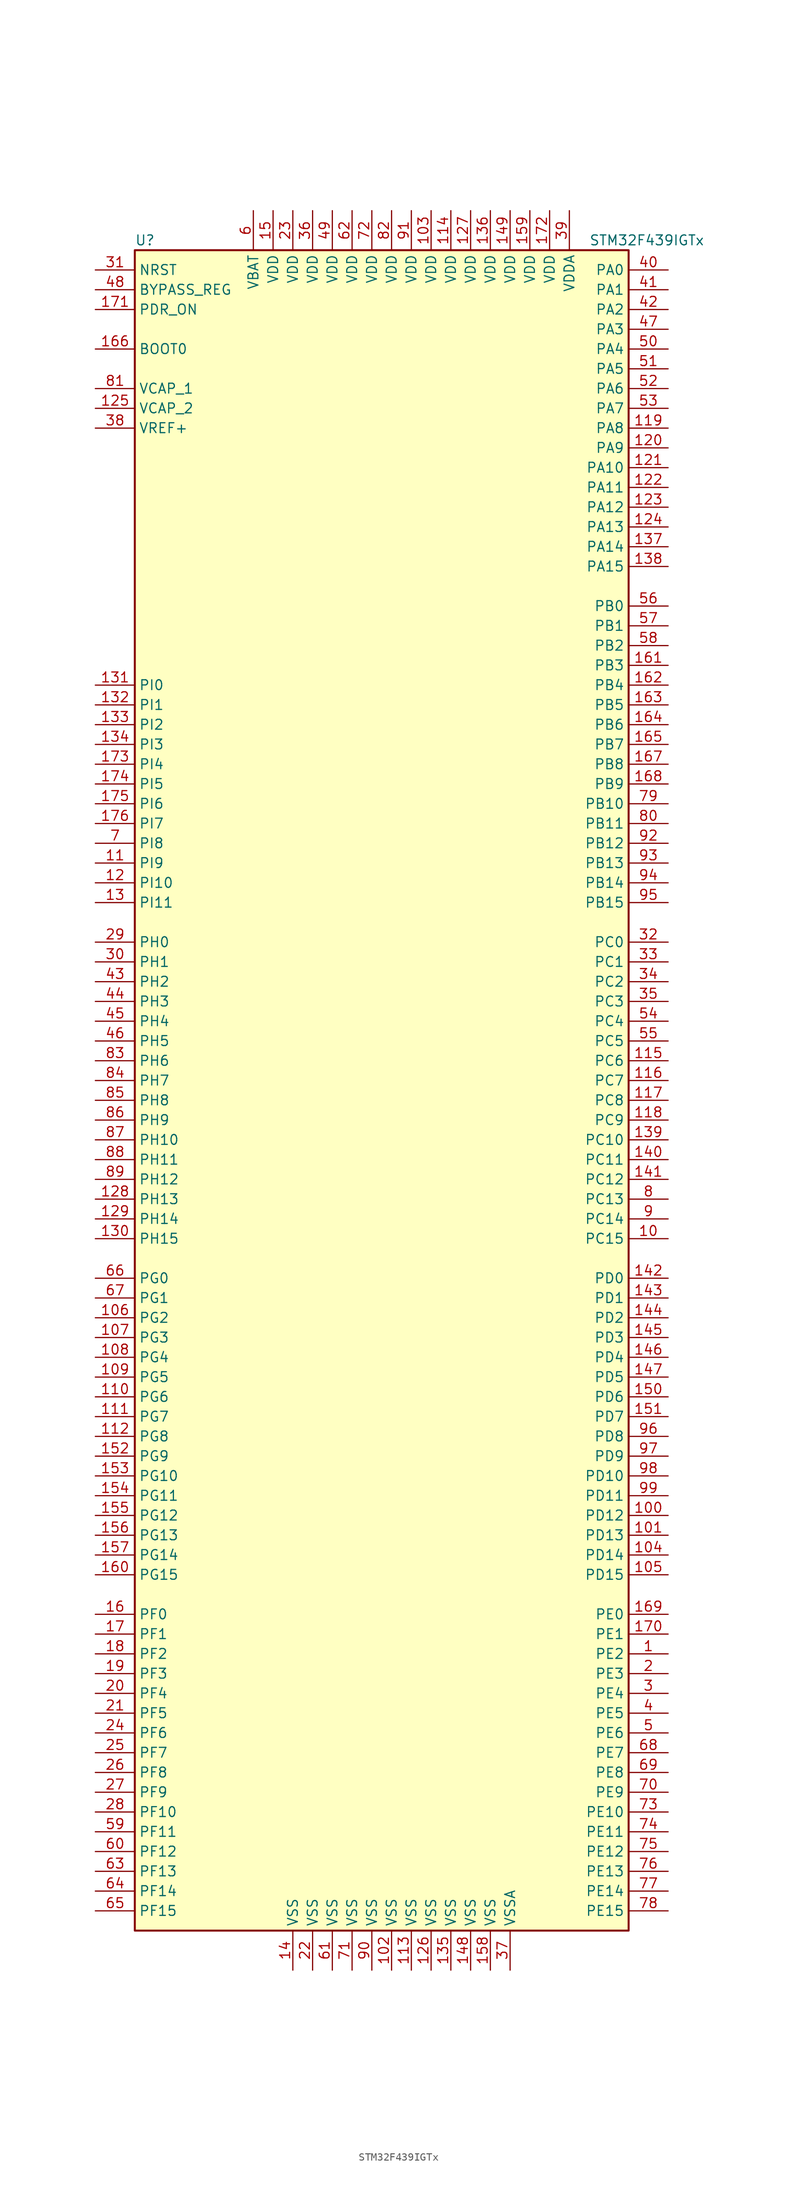
<source format=kicad_sym>
(kicad_symbol_lib
  (version 20211014)
  (generator kicad_symbol_editor)
  (symbol "STM32F439IGTx"
    (property "Reference" "U"
      (at -33.02 107.95 0)
      (effects (font (size 1.27 1.27)) (justify left)))
    (property "Value" "STM32F439IGTx"
      (at 25.4 107.95 0)
      (effects (font (size 1.27 1.27)) (justify left)))
    (symbol "STM32F439IGTx_0_1"
      (rectangle (start -33.02 -109.22) (end 30.48 106.68) (stroke (width 0.254) (type default) (color 0 0 0 0)) (fill (type background))))
    (symbol "STM32F439IGTx_1_1"
      (pin bidirectional line (at 35.56 -73.66 180) (length 5.08) (name "PE2" (effects (font (size 1.27 1.27)))) (number "1" (effects (font (size 1.27 1.27)))))
      (pin bidirectional line (at 35.56 -20.32 180) (length 5.08) (name "PC15" (effects (font (size 1.27 1.27)))) (number "10" (effects (font (size 1.27 1.27)))))
      (pin bidirectional line (at 35.56 -55.88 180) (length 5.08) (name "PD12" (effects (font (size 1.27 1.27)))) (number "100" (effects (font (size 1.27 1.27)))))
      (pin bidirectional line (at 35.56 -58.42 180) (length 5.08) (name "PD13" (effects (font (size 1.27 1.27)))) (number "101" (effects (font (size 1.27 1.27)))))
      (pin power_in line (at 0 -114.3 90) (length 5.08) (name "VSS" (effects (font (size 1.27 1.27)))) (number "102" (effects (font (size 1.27 1.27)))))
      (pin power_in line (at 5.08 111.76 270) (length 5.08) (name "VDD" (effects (font (size 1.27 1.27)))) (number "103" (effects (font (size 1.27 1.27)))))
      (pin bidirectional line (at 35.56 -60.96 180) (length 5.08) (name "PD14" (effects (font (size 1.27 1.27)))) (number "104" (effects (font (size 1.27 1.27)))))
      (pin bidirectional line (at 35.56 -63.5 180) (length 5.08) (name "PD15" (effects (font (size 1.27 1.27)))) (number "105" (effects (font (size 1.27 1.27)))))
      (pin bidirectional line (at -38.1 -30.48 0) (length 5.08) (name "PG2" (effects (font (size 1.27 1.27)))) (number "106" (effects (font (size 1.27 1.27)))))
      (pin bidirectional line (at -38.1 -33.02 0) (length 5.08) (name "PG3" (effects (font (size 1.27 1.27)))) (number "107" (effects (font (size 1.27 1.27)))))
      (pin bidirectional line (at -38.1 -35.56 0) (length 5.08) (name "PG4" (effects (font (size 1.27 1.27)))) (number "108" (effects (font (size 1.27 1.27)))))
      (pin bidirectional line (at -38.1 -38.1 0) (length 5.08) (name "PG5" (effects (font (size 1.27 1.27)))) (number "109" (effects (font (size 1.27 1.27)))))
      (pin bidirectional line (at -38.1 27.94 0) (length 5.08) (name "PI9" (effects (font (size 1.27 1.27)))) (number "11" (effects (font (size 1.27 1.27)))))
      (pin bidirectional line (at -38.1 -40.64 0) (length 5.08) (name "PG6" (effects (font (size 1.27 1.27)))) (number "110" (effects (font (size 1.27 1.27)))))
      (pin bidirectional line (at -38.1 -43.18 0) (length 5.08) (name "PG7" (effects (font (size 1.27 1.27)))) (number "111" (effects (font (size 1.27 1.27)))))
      (pin bidirectional line (at -38.1 -45.72 0) (length 5.08) (name "PG8" (effects (font (size 1.27 1.27)))) (number "112" (effects (font (size 1.27 1.27)))))
      (pin power_in line (at 2.54 -114.3 90) (length 5.08) (name "VSS" (effects (font (size 1.27 1.27)))) (number "113" (effects (font (size 1.27 1.27)))))
      (pin power_in line (at 7.62 111.76 270) (length 5.08) (name "VDD" (effects (font (size 1.27 1.27)))) (number "114" (effects (font (size 1.27 1.27)))))
      (pin bidirectional line (at 35.56 2.54 180) (length 5.08) (name "PC6" (effects (font (size 1.27 1.27)))) (number "115" (effects (font (size 1.27 1.27)))))
      (pin bidirectional line (at 35.56 0 180) (length 5.08) (name "PC7" (effects (font (size 1.27 1.27)))) (number "116" (effects (font (size 1.27 1.27)))))
      (pin bidirectional line (at 35.56 -2.54 180) (length 5.08) (name "PC8" (effects (font (size 1.27 1.27)))) (number "117" (effects (font (size 1.27 1.27)))))
      (pin bidirectional line (at 35.56 -5.08 180) (length 5.08) (name "PC9" (effects (font (size 1.27 1.27)))) (number "118" (effects (font (size 1.27 1.27)))))
      (pin bidirectional line (at 35.56 83.82 180) (length 5.08) (name "PA8" (effects (font (size 1.27 1.27)))) (number "119" (effects (font (size 1.27 1.27)))))
      (pin bidirectional line (at -38.1 25.4 0) (length 5.08) (name "PI10" (effects (font (size 1.27 1.27)))) (number "12" (effects (font (size 1.27 1.27)))))
      (pin bidirectional line (at 35.56 81.28 180) (length 5.08) (name "PA9" (effects (font (size 1.27 1.27)))) (number "120" (effects (font (size 1.27 1.27)))))
      (pin bidirectional line (at 35.56 78.74 180) (length 5.08) (name "PA10" (effects (font (size 1.27 1.27)))) (number "121" (effects (font (size 1.27 1.27)))))
      (pin bidirectional line (at 35.56 76.2 180) (length 5.08) (name "PA11" (effects (font (size 1.27 1.27)))) (number "122" (effects (font (size 1.27 1.27)))))
      (pin bidirectional line (at 35.56 73.66 180) (length 5.08) (name "PA12" (effects (font (size 1.27 1.27)))) (number "123" (effects (font (size 1.27 1.27)))))
      (pin bidirectional line (at 35.56 71.12 180) (length 5.08) (name "PA13" (effects (font (size 1.27 1.27)))) (number "124" (effects (font (size 1.27 1.27)))))
      (pin power_in line (at -38.1 86.36 0) (length 5.08) (name "VCAP_2" (effects (font (size 1.27 1.27)))) (number "125" (effects (font (size 1.27 1.27)))))
      (pin power_in line (at 5.08 -114.3 90) (length 5.08) (name "VSS" (effects (font (size 1.27 1.27)))) (number "126" (effects (font (size 1.27 1.27)))))
      (pin power_in line (at 10.16 111.76 270) (length 5.08) (name "VDD" (effects (font (size 1.27 1.27)))) (number "127" (effects (font (size 1.27 1.27)))))
      (pin bidirectional line (at -38.1 -15.24 0) (length 5.08) (name "PH13" (effects (font (size 1.27 1.27)))) (number "128" (effects (font (size 1.27 1.27)))))
      (pin bidirectional line (at -38.1 -17.78 0) (length 5.08) (name "PH14" (effects (font (size 1.27 1.27)))) (number "129" (effects (font (size 1.27 1.27)))))
      (pin bidirectional line (at -38.1 22.86 0) (length 5.08) (name "PI11" (effects (font (size 1.27 1.27)))) (number "13" (effects (font (size 1.27 1.27)))))
      (pin bidirectional line (at -38.1 -20.32 0) (length 5.08) (name "PH15" (effects (font (size 1.27 1.27)))) (number "130" (effects (font (size 1.27 1.27)))))
      (pin bidirectional line (at -38.1 50.8 0) (length 5.08) (name "PI0" (effects (font (size 1.27 1.27)))) (number "131" (effects (font (size 1.27 1.27)))))
      (pin bidirectional line (at -38.1 48.26 0) (length 5.08) (name "PI1" (effects (font (size 1.27 1.27)))) (number "132" (effects (font (size 1.27 1.27)))))
      (pin bidirectional line (at -38.1 45.72 0) (length 5.08) (name "PI2" (effects (font (size 1.27 1.27)))) (number "133" (effects (font (size 1.27 1.27)))))
      (pin bidirectional line (at -38.1 43.18 0) (length 5.08) (name "PI3" (effects (font (size 1.27 1.27)))) (number "134" (effects (font (size 1.27 1.27)))))
      (pin power_in line (at 7.62 -114.3 90) (length 5.08) (name "VSS" (effects (font (size 1.27 1.27)))) (number "135" (effects (font (size 1.27 1.27)))))
      (pin power_in line (at 12.7 111.76 270) (length 5.08) (name "VDD" (effects (font (size 1.27 1.27)))) (number "136" (effects (font (size 1.27 1.27)))))
      (pin bidirectional line (at 35.56 68.58 180) (length 5.08) (name "PA14" (effects (font (size 1.27 1.27)))) (number "137" (effects (font (size 1.27 1.27)))))
      (pin bidirectional line (at 35.56 66.04 180) (length 5.08) (name "PA15" (effects (font (size 1.27 1.27)))) (number "138" (effects (font (size 1.27 1.27)))))
      (pin bidirectional line (at 35.56 -7.62 180) (length 5.08) (name "PC10" (effects (font (size 1.27 1.27)))) (number "139" (effects (font (size 1.27 1.27)))))
      (pin power_in line (at -12.7 -114.3 90) (length 5.08) (name "VSS" (effects (font (size 1.27 1.27)))) (number "14" (effects (font (size 1.27 1.27)))))
      (pin bidirectional line (at 35.56 -10.16 180) (length 5.08) (name "PC11" (effects (font (size 1.27 1.27)))) (number "140" (effects (font (size 1.27 1.27)))))
      (pin bidirectional line (at 35.56 -12.7 180) (length 5.08) (name "PC12" (effects (font (size 1.27 1.27)))) (number "141" (effects (font (size 1.27 1.27)))))
      (pin bidirectional line (at 35.56 -25.4 180) (length 5.08) (name "PD0" (effects (font (size 1.27 1.27)))) (number "142" (effects (font (size 1.27 1.27)))))
      (pin bidirectional line (at 35.56 -27.94 180) (length 5.08) (name "PD1" (effects (font (size 1.27 1.27)))) (number "143" (effects (font (size 1.27 1.27)))))
      (pin bidirectional line (at 35.56 -30.48 180) (length 5.08) (name "PD2" (effects (font (size 1.27 1.27)))) (number "144" (effects (font (size 1.27 1.27)))))
      (pin bidirectional line (at 35.56 -33.02 180) (length 5.08) (name "PD3" (effects (font (size 1.27 1.27)))) (number "145" (effects (font (size 1.27 1.27)))))
      (pin bidirectional line (at 35.56 -35.56 180) (length 5.08) (name "PD4" (effects (font (size 1.27 1.27)))) (number "146" (effects (font (size 1.27 1.27)))))
      (pin bidirectional line (at 35.56 -38.1 180) (length 5.08) (name "PD5" (effects (font (size 1.27 1.27)))) (number "147" (effects (font (size 1.27 1.27)))))
      (pin power_in line (at 10.16 -114.3 90) (length 5.08) (name "VSS" (effects (font (size 1.27 1.27)))) (number "148" (effects (font (size 1.27 1.27)))))
      (pin power_in line (at 15.24 111.76 270) (length 5.08) (name "VDD" (effects (font (size 1.27 1.27)))) (number "149" (effects (font (size 1.27 1.27)))))
      (pin power_in line (at -15.24 111.76 270) (length 5.08) (name "VDD" (effects (font (size 1.27 1.27)))) (number "15" (effects (font (size 1.27 1.27)))))
      (pin bidirectional line (at 35.56 -40.64 180) (length 5.08) (name "PD6" (effects (font (size 1.27 1.27)))) (number "150" (effects (font (size 1.27 1.27)))))
      (pin bidirectional line (at 35.56 -43.18 180) (length 5.08) (name "PD7" (effects (font (size 1.27 1.27)))) (number "151" (effects (font (size 1.27 1.27)))))
      (pin bidirectional line (at -38.1 -48.26 0) (length 5.08) (name "PG9" (effects (font (size 1.27 1.27)))) (number "152" (effects (font (size 1.27 1.27)))))
      (pin bidirectional line (at -38.1 -50.8 0) (length 5.08) (name "PG10" (effects (font (size 1.27 1.27)))) (number "153" (effects (font (size 1.27 1.27)))))
      (pin bidirectional line (at -38.1 -53.34 0) (length 5.08) (name "PG11" (effects (font (size 1.27 1.27)))) (number "154" (effects (font (size 1.27 1.27)))))
      (pin bidirectional line (at -38.1 -55.88 0) (length 5.08) (name "PG12" (effects (font (size 1.27 1.27)))) (number "155" (effects (font (size 1.27 1.27)))))
      (pin bidirectional line (at -38.1 -58.42 0) (length 5.08) (name "PG13" (effects (font (size 1.27 1.27)))) (number "156" (effects (font (size 1.27 1.27)))))
      (pin bidirectional line (at -38.1 -60.96 0) (length 5.08) (name "PG14" (effects (font (size 1.27 1.27)))) (number "157" (effects (font (size 1.27 1.27)))))
      (pin power_in line (at 12.7 -114.3 90) (length 5.08) (name "VSS" (effects (font (size 1.27 1.27)))) (number "158" (effects (font (size 1.27 1.27)))))
      (pin power_in line (at 17.78 111.76 270) (length 5.08) (name "VDD" (effects (font (size 1.27 1.27)))) (number "159" (effects (font (size 1.27 1.27)))))
      (pin bidirectional line (at -38.1 -68.58 0) (length 5.08) (name "PF0" (effects (font (size 1.27 1.27)))) (number "16" (effects (font (size 1.27 1.27)))))
      (pin bidirectional line (at -38.1 -63.5 0) (length 5.08) (name "PG15" (effects (font (size 1.27 1.27)))) (number "160" (effects (font (size 1.27 1.27)))))
      (pin bidirectional line (at 35.56 53.34 180) (length 5.08) (name "PB3" (effects (font (size 1.27 1.27)))) (number "161" (effects (font (size 1.27 1.27)))))
      (pin bidirectional line (at 35.56 50.8 180) (length 5.08) (name "PB4" (effects (font (size 1.27 1.27)))) (number "162" (effects (font (size 1.27 1.27)))))
      (pin bidirectional line (at 35.56 48.26 180) (length 5.08) (name "PB5" (effects (font (size 1.27 1.27)))) (number "163" (effects (font (size 1.27 1.27)))))
      (pin bidirectional line (at 35.56 45.72 180) (length 5.08) (name "PB6" (effects (font (size 1.27 1.27)))) (number "164" (effects (font (size 1.27 1.27)))))
      (pin bidirectional line (at 35.56 43.18 180) (length 5.08) (name "PB7" (effects (font (size 1.27 1.27)))) (number "165" (effects (font (size 1.27 1.27)))))
      (pin input line (at -38.1 93.98 0) (length 5.08) (name "BOOT0" (effects (font (size 1.27 1.27)))) (number "166" (effects (font (size 1.27 1.27)))))
      (pin bidirectional line (at 35.56 40.64 180) (length 5.08) (name "PB8" (effects (font (size 1.27 1.27)))) (number "167" (effects (font (size 1.27 1.27)))))
      (pin bidirectional line (at 35.56 38.1 180) (length 5.08) (name "PB9" (effects (font (size 1.27 1.27)))) (number "168" (effects (font (size 1.27 1.27)))))
      (pin bidirectional line (at 35.56 -68.58 180) (length 5.08) (name "PE0" (effects (font (size 1.27 1.27)))) (number "169" (effects (font (size 1.27 1.27)))))
      (pin bidirectional line (at -38.1 -71.12 0) (length 5.08) (name "PF1" (effects (font (size 1.27 1.27)))) (number "17" (effects (font (size 1.27 1.27)))))
      (pin bidirectional line (at 35.56 -71.12 180) (length 5.08) (name "PE1" (effects (font (size 1.27 1.27)))) (number "170" (effects (font (size 1.27 1.27)))))
      (pin input line (at -38.1 99.06 0) (length 5.08) (name "PDR_ON" (effects (font (size 1.27 1.27)))) (number "171" (effects (font (size 1.27 1.27)))))
      (pin power_in line (at 20.32 111.76 270) (length 5.08) (name "VDD" (effects (font (size 1.27 1.27)))) (number "172" (effects (font (size 1.27 1.27)))))
      (pin bidirectional line (at -38.1 40.64 0) (length 5.08) (name "PI4" (effects (font (size 1.27 1.27)))) (number "173" (effects (font (size 1.27 1.27)))))
      (pin bidirectional line (at -38.1 38.1 0) (length 5.08) (name "PI5" (effects (font (size 1.27 1.27)))) (number "174" (effects (font (size 1.27 1.27)))))
      (pin bidirectional line (at -38.1 35.56 0) (length 5.08) (name "PI6" (effects (font (size 1.27 1.27)))) (number "175" (effects (font (size 1.27 1.27)))))
      (pin bidirectional line (at -38.1 33.02 0) (length 5.08) (name "PI7" (effects (font (size 1.27 1.27)))) (number "176" (effects (font (size 1.27 1.27)))))
      (pin bidirectional line (at -38.1 -73.66 0) (length 5.08) (name "PF2" (effects (font (size 1.27 1.27)))) (number "18" (effects (font (size 1.27 1.27)))))
      (pin bidirectional line (at -38.1 -76.2 0) (length 5.08) (name "PF3" (effects (font (size 1.27 1.27)))) (number "19" (effects (font (size 1.27 1.27)))))
      (pin bidirectional line (at 35.56 -76.2 180) (length 5.08) (name "PE3" (effects (font (size 1.27 1.27)))) (number "2" (effects (font (size 1.27 1.27)))))
      (pin bidirectional line (at -38.1 -78.74 0) (length 5.08) (name "PF4" (effects (font (size 1.27 1.27)))) (number "20" (effects (font (size 1.27 1.27)))))
      (pin bidirectional line (at -38.1 -81.28 0) (length 5.08) (name "PF5" (effects (font (size 1.27 1.27)))) (number "21" (effects (font (size 1.27 1.27)))))
      (pin power_in line (at -10.16 -114.3 90) (length 5.08) (name "VSS" (effects (font (size 1.27 1.27)))) (number "22" (effects (font (size 1.27 1.27)))))
      (pin power_in line (at -12.7 111.76 270) (length 5.08) (name "VDD" (effects (font (size 1.27 1.27)))) (number "23" (effects (font (size 1.27 1.27)))))
      (pin bidirectional line (at -38.1 -83.82 0) (length 5.08) (name "PF6" (effects (font (size 1.27 1.27)))) (number "24" (effects (font (size 1.27 1.27)))))
      (pin bidirectional line (at -38.1 -86.36 0) (length 5.08) (name "PF7" (effects (font (size 1.27 1.27)))) (number "25" (effects (font (size 1.27 1.27)))))
      (pin bidirectional line (at -38.1 -88.9 0) (length 5.08) (name "PF8" (effects (font (size 1.27 1.27)))) (number "26" (effects (font (size 1.27 1.27)))))
      (pin bidirectional line (at -38.1 -91.44 0) (length 5.08) (name "PF9" (effects (font (size 1.27 1.27)))) (number "27" (effects (font (size 1.27 1.27)))))
      (pin bidirectional line (at -38.1 -93.98 0) (length 5.08) (name "PF10" (effects (font (size 1.27 1.27)))) (number "28" (effects (font (size 1.27 1.27)))))
      (pin input line (at -38.1 17.78 0) (length 5.08) (name "PH0" (effects (font (size 1.27 1.27)))) (number "29" (effects (font (size 1.27 1.27)))))
      (pin bidirectional line (at 35.56 -78.74 180) (length 5.08) (name "PE4" (effects (font (size 1.27 1.27)))) (number "3" (effects (font (size 1.27 1.27)))))
      (pin input line (at -38.1 15.24 0) (length 5.08) (name "PH1" (effects (font (size 1.27 1.27)))) (number "30" (effects (font (size 1.27 1.27)))))
      (pin input line (at -38.1 104.14 0) (length 5.08) (name "NRST" (effects (font (size 1.27 1.27)))) (number "31" (effects (font (size 1.27 1.27)))))
      (pin bidirectional line (at 35.56 17.78 180) (length 5.08) (name "PC0" (effects (font (size 1.27 1.27)))) (number "32" (effects (font (size 1.27 1.27)))))
      (pin bidirectional line (at 35.56 15.24 180) (length 5.08) (name "PC1" (effects (font (size 1.27 1.27)))) (number "33" (effects (font (size 1.27 1.27)))))
      (pin bidirectional line (at 35.56 12.7 180) (length 5.08) (name "PC2" (effects (font (size 1.27 1.27)))) (number "34" (effects (font (size 1.27 1.27)))))
      (pin bidirectional line (at 35.56 10.16 180) (length 5.08) (name "PC3" (effects (font (size 1.27 1.27)))) (number "35" (effects (font (size 1.27 1.27)))))
      (pin power_in line (at -10.16 111.76 270) (length 5.08) (name "VDD" (effects (font (size 1.27 1.27)))) (number "36" (effects (font (size 1.27 1.27)))))
      (pin power_in line (at 15.24 -114.3 90) (length 5.08) (name "VSSA" (effects (font (size 1.27 1.27)))) (number "37" (effects (font (size 1.27 1.27)))))
      (pin power_in line (at -38.1 83.82 0) (length 5.08) (name "VREF+" (effects (font (size 1.27 1.27)))) (number "38" (effects (font (size 1.27 1.27)))))
      (pin power_in line (at 22.86 111.76 270) (length 5.08) (name "VDDA" (effects (font (size 1.27 1.27)))) (number "39" (effects (font (size 1.27 1.27)))))
      (pin bidirectional line (at 35.56 -81.28 180) (length 5.08) (name "PE5" (effects (font (size 1.27 1.27)))) (number "4" (effects (font (size 1.27 1.27)))))
      (pin bidirectional line (at 35.56 104.14 180) (length 5.08) (name "PA0" (effects (font (size 1.27 1.27)))) (number "40" (effects (font (size 1.27 1.27)))))
      (pin bidirectional line (at 35.56 101.6 180) (length 5.08) (name "PA1" (effects (font (size 1.27 1.27)))) (number "41" (effects (font (size 1.27 1.27)))))
      (pin bidirectional line (at 35.56 99.06 180) (length 5.08) (name "PA2" (effects (font (size 1.27 1.27)))) (number "42" (effects (font (size 1.27 1.27)))))
      (pin bidirectional line (at -38.1 12.7 0) (length 5.08) (name "PH2" (effects (font (size 1.27 1.27)))) (number "43" (effects (font (size 1.27 1.27)))))
      (pin bidirectional line (at -38.1 10.16 0) (length 5.08) (name "PH3" (effects (font (size 1.27 1.27)))) (number "44" (effects (font (size 1.27 1.27)))))
      (pin bidirectional line (at -38.1 7.62 0) (length 5.08) (name "PH4" (effects (font (size 1.27 1.27)))) (number "45" (effects (font (size 1.27 1.27)))))
      (pin bidirectional line (at -38.1 5.08 0) (length 5.08) (name "PH5" (effects (font (size 1.27 1.27)))) (number "46" (effects (font (size 1.27 1.27)))))
      (pin bidirectional line (at 35.56 96.52 180) (length 5.08) (name "PA3" (effects (font (size 1.27 1.27)))) (number "47" (effects (font (size 1.27 1.27)))))
      (pin input line (at -38.1 101.6 0) (length 5.08) (name "BYPASS_REG" (effects (font (size 1.27 1.27)))) (number "48" (effects (font (size 1.27 1.27)))))
      (pin power_in line (at -7.62 111.76 270) (length 5.08) (name "VDD" (effects (font (size 1.27 1.27)))) (number "49" (effects (font (size 1.27 1.27)))))
      (pin bidirectional line (at 35.56 -83.82 180) (length 5.08) (name "PE6" (effects (font (size 1.27 1.27)))) (number "5" (effects (font (size 1.27 1.27)))))
      (pin bidirectional line (at 35.56 93.98 180) (length 5.08) (name "PA4" (effects (font (size 1.27 1.27)))) (number "50" (effects (font (size 1.27 1.27)))))
      (pin bidirectional line (at 35.56 91.44 180) (length 5.08) (name "PA5" (effects (font (size 1.27 1.27)))) (number "51" (effects (font (size 1.27 1.27)))))
      (pin bidirectional line (at 35.56 88.9 180) (length 5.08) (name "PA6" (effects (font (size 1.27 1.27)))) (number "52" (effects (font (size 1.27 1.27)))))
      (pin bidirectional line (at 35.56 86.36 180) (length 5.08) (name "PA7" (effects (font (size 1.27 1.27)))) (number "53" (effects (font (size 1.27 1.27)))))
      (pin bidirectional line (at 35.56 7.62 180) (length 5.08) (name "PC4" (effects (font (size 1.27 1.27)))) (number "54" (effects (font (size 1.27 1.27)))))
      (pin bidirectional line (at 35.56 5.08 180) (length 5.08) (name "PC5" (effects (font (size 1.27 1.27)))) (number "55" (effects (font (size 1.27 1.27)))))
      (pin bidirectional line (at 35.56 60.96 180) (length 5.08) (name "PB0" (effects (font (size 1.27 1.27)))) (number "56" (effects (font (size 1.27 1.27)))))
      (pin bidirectional line (at 35.56 58.42 180) (length 5.08) (name "PB1" (effects (font (size 1.27 1.27)))) (number "57" (effects (font (size 1.27 1.27)))))
      (pin bidirectional line (at 35.56 55.88 180) (length 5.08) (name "PB2" (effects (font (size 1.27 1.27)))) (number "58" (effects (font (size 1.27 1.27)))))
      (pin bidirectional line (at -38.1 -96.52 0) (length 5.08) (name "PF11" (effects (font (size 1.27 1.27)))) (number "59" (effects (font (size 1.27 1.27)))))
      (pin power_in line (at -17.78 111.76 270) (length 5.08) (name "VBAT" (effects (font (size 1.27 1.27)))) (number "6" (effects (font (size 1.27 1.27)))))
      (pin bidirectional line (at -38.1 -99.06 0) (length 5.08) (name "PF12" (effects (font (size 1.27 1.27)))) (number "60" (effects (font (size 1.27 1.27)))))
      (pin power_in line (at -7.62 -114.3 90) (length 5.08) (name "VSS" (effects (font (size 1.27 1.27)))) (number "61" (effects (font (size 1.27 1.27)))))
      (pin power_in line (at -5.08 111.76 270) (length 5.08) (name "VDD" (effects (font (size 1.27 1.27)))) (number "62" (effects (font (size 1.27 1.27)))))
      (pin bidirectional line (at -38.1 -101.6 0) (length 5.08) (name "PF13" (effects (font (size 1.27 1.27)))) (number "63" (effects (font (size 1.27 1.27)))))
      (pin bidirectional line (at -38.1 -104.14 0) (length 5.08) (name "PF14" (effects (font (size 1.27 1.27)))) (number "64" (effects (font (size 1.27 1.27)))))
      (pin bidirectional line (at -38.1 -106.68 0) (length 5.08) (name "PF15" (effects (font (size 1.27 1.27)))) (number "65" (effects (font (size 1.27 1.27)))))
      (pin bidirectional line (at -38.1 -25.4 0) (length 5.08) (name "PG0" (effects (font (size 1.27 1.27)))) (number "66" (effects (font (size 1.27 1.27)))))
      (pin bidirectional line (at -38.1 -27.94 0) (length 5.08) (name "PG1" (effects (font (size 1.27 1.27)))) (number "67" (effects (font (size 1.27 1.27)))))
      (pin bidirectional line (at 35.56 -86.36 180) (length 5.08) (name "PE7" (effects (font (size 1.27 1.27)))) (number "68" (effects (font (size 1.27 1.27)))))
      (pin bidirectional line (at 35.56 -88.9 180) (length 5.08) (name "PE8" (effects (font (size 1.27 1.27)))) (number "69" (effects (font (size 1.27 1.27)))))
      (pin bidirectional line (at -38.1 30.48 0) (length 5.08) (name "PI8" (effects (font (size 1.27 1.27)))) (number "7" (effects (font (size 1.27 1.27)))))
      (pin bidirectional line (at 35.56 -91.44 180) (length 5.08) (name "PE9" (effects (font (size 1.27 1.27)))) (number "70" (effects (font (size 1.27 1.27)))))
      (pin power_in line (at -5.08 -114.3 90) (length 5.08) (name "VSS" (effects (font (size 1.27 1.27)))) (number "71" (effects (font (size 1.27 1.27)))))
      (pin power_in line (at -2.54 111.76 270) (length 5.08) (name "VDD" (effects (font (size 1.27 1.27)))) (number "72" (effects (font (size 1.27 1.27)))))
      (pin bidirectional line (at 35.56 -93.98 180) (length 5.08) (name "PE10" (effects (font (size 1.27 1.27)))) (number "73" (effects (font (size 1.27 1.27)))))
      (pin bidirectional line (at 35.56 -96.52 180) (length 5.08) (name "PE11" (effects (font (size 1.27 1.27)))) (number "74" (effects (font (size 1.27 1.27)))))
      (pin bidirectional line (at 35.56 -99.06 180) (length 5.08) (name "PE12" (effects (font (size 1.27 1.27)))) (number "75" (effects (font (size 1.27 1.27)))))
      (pin bidirectional line (at 35.56 -101.6 180) (length 5.08) (name "PE13" (effects (font (size 1.27 1.27)))) (number "76" (effects (font (size 1.27 1.27)))))
      (pin bidirectional line (at 35.56 -104.14 180) (length 5.08) (name "PE14" (effects (font (size 1.27 1.27)))) (number "77" (effects (font (size 1.27 1.27)))))
      (pin bidirectional line (at 35.56 -106.68 180) (length 5.08) (name "PE15" (effects (font (size 1.27 1.27)))) (number "78" (effects (font (size 1.27 1.27)))))
      (pin bidirectional line (at 35.56 35.56 180) (length 5.08) (name "PB10" (effects (font (size 1.27 1.27)))) (number "79" (effects (font (size 1.27 1.27)))))
      (pin bidirectional line (at 35.56 -15.24 180) (length 5.08) (name "PC13" (effects (font (size 1.27 1.27)))) (number "8" (effects (font (size 1.27 1.27)))))
      (pin bidirectional line (at 35.56 33.02 180) (length 5.08) (name "PB11" (effects (font (size 1.27 1.27)))) (number "80" (effects (font (size 1.27 1.27)))))
      (pin power_in line (at -38.1 88.9 0) (length 5.08) (name "VCAP_1" (effects (font (size 1.27 1.27)))) (number "81" (effects (font (size 1.27 1.27)))))
      (pin power_in line (at 0 111.76 270) (length 5.08) (name "VDD" (effects (font (size 1.27 1.27)))) (number "82" (effects (font (size 1.27 1.27)))))
      (pin bidirectional line (at -38.1 2.54 0) (length 5.08) (name "PH6" (effects (font (size 1.27 1.27)))) (number "83" (effects (font (size 1.27 1.27)))))
      (pin bidirectional line (at -38.1 0 0) (length 5.08) (name "PH7" (effects (font (size 1.27 1.27)))) (number "84" (effects (font (size 1.27 1.27)))))
      (pin bidirectional line (at -38.1 -2.54 0) (length 5.08) (name "PH8" (effects (font (size 1.27 1.27)))) (number "85" (effects (font (size 1.27 1.27)))))
      (pin bidirectional line (at -38.1 -5.08 0) (length 5.08) (name "PH9" (effects (font (size 1.27 1.27)))) (number "86" (effects (font (size 1.27 1.27)))))
      (pin bidirectional line (at -38.1 -7.62 0) (length 5.08) (name "PH10" (effects (font (size 1.27 1.27)))) (number "87" (effects (font (size 1.27 1.27)))))
      (pin bidirectional line (at -38.1 -10.16 0) (length 5.08) (name "PH11" (effects (font (size 1.27 1.27)))) (number "88" (effects (font (size 1.27 1.27)))))
      (pin bidirectional line (at -38.1 -12.7 0) (length 5.08) (name "PH12" (effects (font (size 1.27 1.27)))) (number "89" (effects (font (size 1.27 1.27)))))
      (pin bidirectional line (at 35.56 -17.78 180) (length 5.08) (name "PC14" (effects (font (size 1.27 1.27)))) (number "9" (effects (font (size 1.27 1.27)))))
      (pin power_in line (at -2.54 -114.3 90) (length 5.08) (name "VSS" (effects (font (size 1.27 1.27)))) (number "90" (effects (font (size 1.27 1.27)))))
      (pin power_in line (at 2.54 111.76 270) (length 5.08) (name "VDD" (effects (font (size 1.27 1.27)))) (number "91" (effects (font (size 1.27 1.27)))))
      (pin bidirectional line (at 35.56 30.48 180) (length 5.08) (name "PB12" (effects (font (size 1.27 1.27)))) (number "92" (effects (font (size 1.27 1.27)))))
      (pin bidirectional line (at 35.56 27.94 180) (length 5.08) (name "PB13" (effects (font (size 1.27 1.27)))) (number "93" (effects (font (size 1.27 1.27)))))
      (pin bidirectional line (at 35.56 25.4 180) (length 5.08) (name "PB14" (effects (font (size 1.27 1.27)))) (number "94" (effects (font (size 1.27 1.27)))))
      (pin bidirectional line (at 35.56 22.86 180) (length 5.08) (name "PB15" (effects (font (size 1.27 1.27)))) (number "95" (effects (font (size 1.27 1.27)))))
      (pin bidirectional line (at 35.56 -45.72 180) (length 5.08) (name "PD8" (effects (font (size 1.27 1.27)))) (number "96" (effects (font (size 1.27 1.27)))))
      (pin bidirectional line (at 35.56 -48.26 180) (length 5.08) (name "PD9" (effects (font (size 1.27 1.27)))) (number "97" (effects (font (size 1.27 1.27)))))
      (pin bidirectional line (at 35.56 -50.8 180) (length 5.08) (name "PD10" (effects (font (size 1.27 1.27)))) (number "98" (effects (font (size 1.27 1.27)))))
      (pin bidirectional line (at 35.56 -53.34 180) (length 5.08) (name "PD11" (effects (font (size 1.27 1.27)))) (number "99" (effects (font (size 1.27 1.27))))))))
</source>
